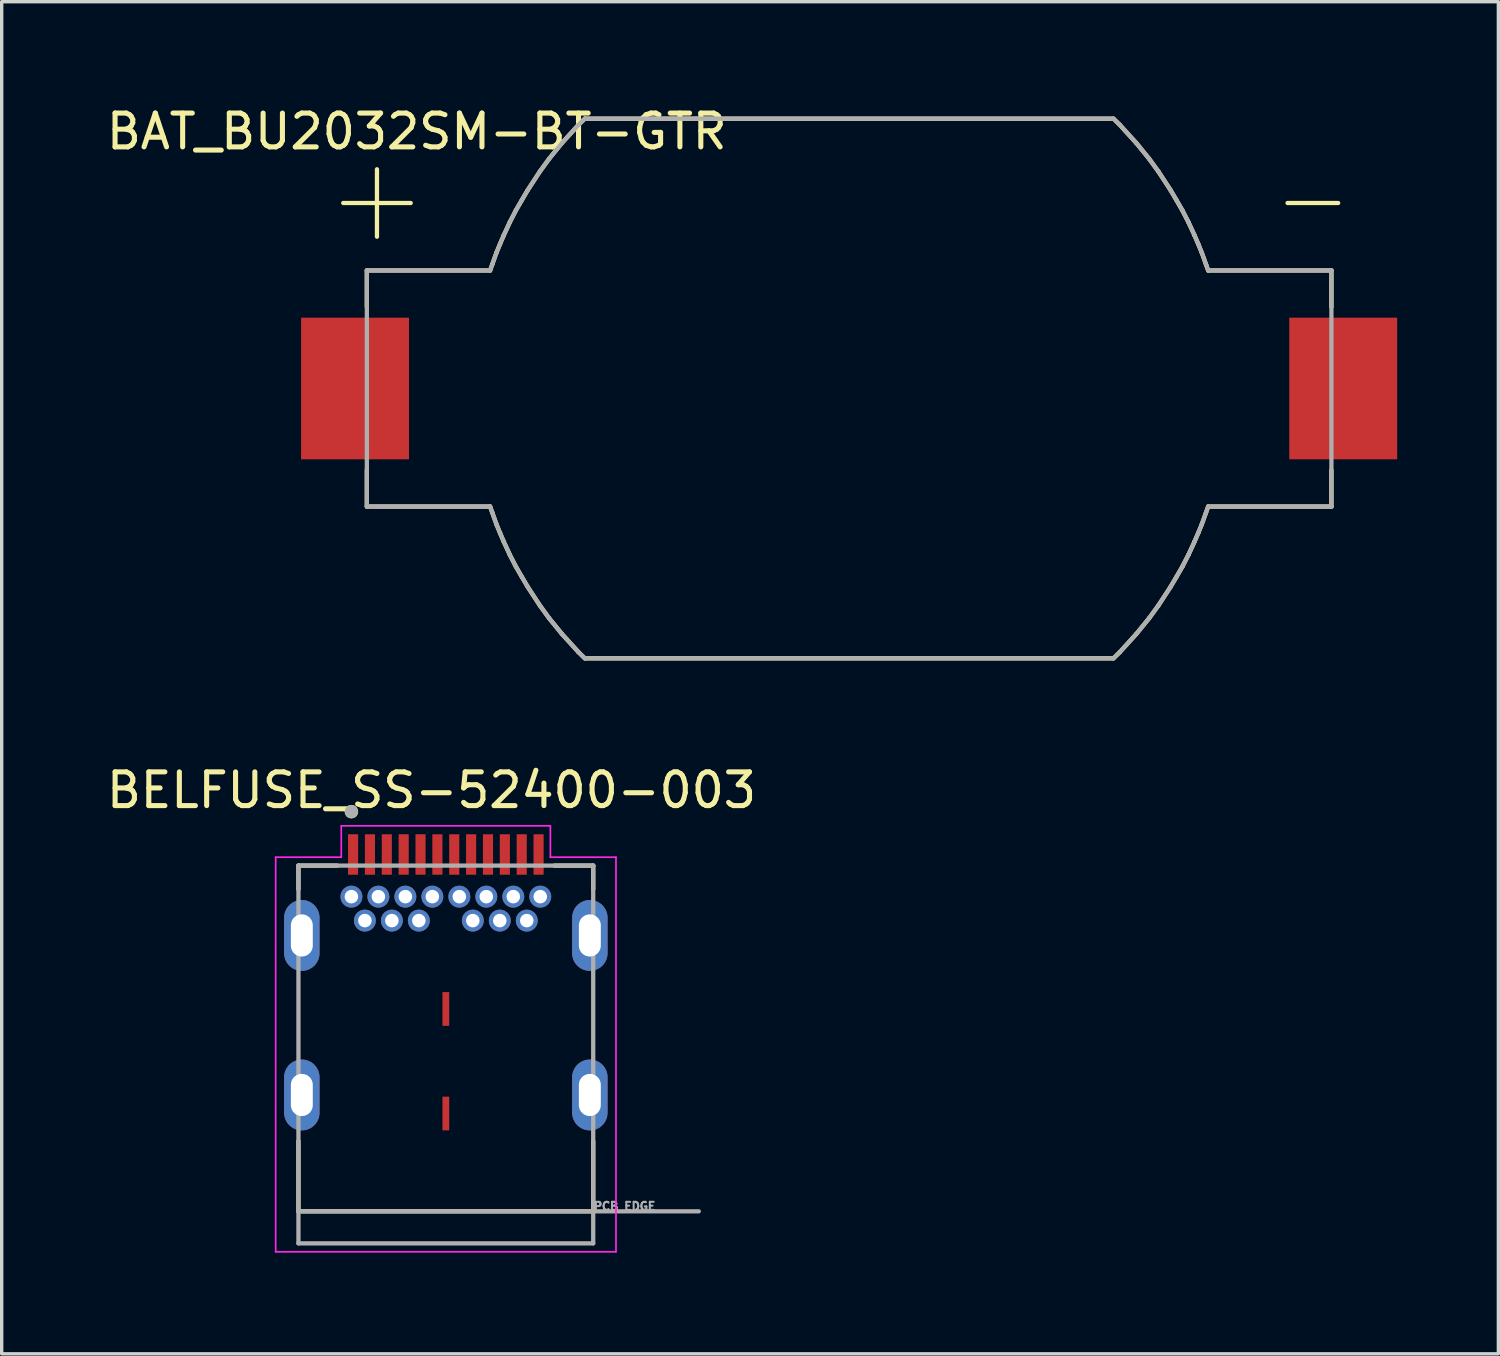
<source format=kicad_pcb>
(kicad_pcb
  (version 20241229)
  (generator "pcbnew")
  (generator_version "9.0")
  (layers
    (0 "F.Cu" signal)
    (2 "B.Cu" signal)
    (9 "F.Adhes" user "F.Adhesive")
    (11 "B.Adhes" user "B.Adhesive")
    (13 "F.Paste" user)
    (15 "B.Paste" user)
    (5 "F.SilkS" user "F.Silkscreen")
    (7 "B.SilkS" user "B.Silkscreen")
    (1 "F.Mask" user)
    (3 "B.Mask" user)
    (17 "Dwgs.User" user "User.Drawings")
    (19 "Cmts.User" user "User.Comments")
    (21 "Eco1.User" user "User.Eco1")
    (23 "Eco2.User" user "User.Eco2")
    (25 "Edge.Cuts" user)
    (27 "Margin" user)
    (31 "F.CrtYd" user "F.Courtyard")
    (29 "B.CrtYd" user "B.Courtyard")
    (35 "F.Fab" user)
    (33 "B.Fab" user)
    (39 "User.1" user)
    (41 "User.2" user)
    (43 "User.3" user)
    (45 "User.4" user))
  (footprint "BAT_BU2032SM-BT-GTR"
    (layer "F.Cu")
    (at 22.127 8.469)
    (property "Reference" "BAT_BU2032SM-BT-GTR" (at -12.819 -7.62 0) (layer "F.SilkS") (effects (font (size 1.002 1.002) (thickness 0.15))))
    (attr smd)
    (fp_line (start -15 -5.5) (end -13 -5.5) (stroke (width 0.127) (type solid)) (layer "F.SilkS"))
    (fp_line (start -14.3 -3.5) (end -10.645 -3.5) (stroke (width 0.127) (type solid)) (layer "F.SilkS"))
    (fp_line (start -14.3 -2.42) (end -14.3 -3.5) (stroke (width 0.127) (type solid)) (layer "F.SilkS"))
    (fp_line (start -14.3 2.42) (end -14.3 3.5) (stroke (width 0.127) (type solid)) (layer "F.SilkS"))
    (fp_line (start -14.3 3.5) (end -10.645 3.5) (stroke (width 0.127) (type solid)) (layer "F.SilkS"))
    (fp_line (start -14 -6.5) (end -14 -4.5) (stroke (width 0.127) (type solid)) (layer "F.SilkS"))
    (fp_line (start -10.645 -3.5) (end -10.581 -3.681) (stroke (width 0.127) (type solid)) (layer "F.SilkS"))
    (fp_line (start -10.645 3.5) (end -10.581 3.681) (stroke (width 0.127) (type solid)) (layer "F.SilkS"))
    (fp_line (start -10.581 -3.681) (end -10.458 -4.024) (stroke (width 0.127) (type solid)) (layer "F.SilkS"))
    (fp_line (start -10.581 3.681) (end -10.458 4.024) (stroke (width 0.127) (type solid)) (layer "F.SilkS"))
    (fp_line (start -10.458 -4.024) (end -10.35 -4.287) (stroke (width 0.127) (type solid)) (layer "F.SilkS"))
    (fp_line (start -10.458 4.024) (end -10.35 4.287) (stroke (width 0.127) (type solid)) (layer "F.SilkS"))
    (fp_line (start -10.35 -4.287) (end -10.242 -4.538) (stroke (width 0.127) (type solid)) (layer "F.SilkS"))
    (fp_line (start -10.35 4.287) (end -10.242 4.538) (stroke (width 0.127) (type solid)) (layer "F.SilkS"))
    (fp_line (start -10.242 -4.538) (end -10.058 -4.937) (stroke (width 0.127) (type solid)) (layer "F.SilkS"))
    (fp_line (start -10.242 4.538) (end -10.058 4.937) (stroke (width 0.127) (type solid)) (layer "F.SilkS"))
    (fp_line (start -10.058 -4.937) (end -9.88 -5.282) (stroke (width 0.127) (type solid)) (layer "F.SilkS"))
    (fp_line (start -10.058 4.937) (end -9.88 5.282) (stroke (width 0.127) (type solid)) (layer "F.SilkS"))
    (fp_line (start -9.88 -5.282) (end -9.7 -5.594) (stroke (width 0.127) (type solid)) (layer "F.SilkS"))
    (fp_line (start -9.88 5.282) (end -9.7 5.594) (stroke (width 0.127) (type solid)) (layer "F.SilkS"))
    (fp_line (start -9.7 -5.594) (end -9.524 -5.892) (stroke (width 0.127) (type solid)) (layer "F.SilkS"))
    (fp_line (start -9.7 5.594) (end -9.524 5.892) (stroke (width 0.127) (type solid)) (layer "F.SilkS"))
    (fp_line (start -9.524 -5.892) (end -9.168 -6.436) (stroke (width 0.127) (type solid)) (layer "F.SilkS"))
    (fp_line (start -9.524 5.892) (end -9.168 6.436) (stroke (width 0.127) (type solid)) (layer "F.SilkS"))
    (fp_line (start -9.168 -6.436) (end -8.897 -6.809) (stroke (width 0.127) (type solid)) (layer "F.SilkS"))
    (fp_line (start -9.168 6.436) (end -8.897 6.809) (stroke (width 0.127) (type solid)) (layer "F.SilkS"))
    (fp_line (start -8.897 -6.809) (end -8.516 -7.277) (stroke (width 0.127) (type solid)) (layer "F.SilkS"))
    (fp_line (start -8.897 6.809) (end -8.516 7.277) (stroke (width 0.127) (type solid)) (layer "F.SilkS"))
    (fp_line (start -8.516 -7.277) (end -8.022 -7.82) (stroke (width 0.127) (type solid)) (layer "F.SilkS"))
    (fp_line (start -8.516 7.277) (end -8.022 7.82) (stroke (width 0.127) (type solid)) (layer "F.SilkS"))
    (fp_line (start -8.022 -7.82) (end -7.838 -8) (stroke (width 0.127) (type solid)) (layer "F.SilkS"))
    (fp_line (start -8.022 7.82) (end -7.838 8) (stroke (width 0.127) (type solid)) (layer "F.SilkS"))
    (fp_line (start -7.835 -8) (end 7.835 -8) (stroke (width 0.127) (type solid)) (layer "F.SilkS"))
    (fp_line (start -7.835 8) (end 7.835 8) (stroke (width 0.127) (type solid)) (layer "F.SilkS"))
    (fp_line (start 8.022 -7.82) (end 7.838 -8) (stroke (width 0.127) (type solid)) (layer "F.SilkS"))
    (fp_line (start 8.022 7.82) (end 7.838 8) (stroke (width 0.127) (type solid)) (layer "F.SilkS"))
    (fp_line (start 8.516 -7.277) (end 8.022 -7.82) (stroke (width 0.127) (type solid)) (layer "F.SilkS"))
    (fp_line (start 8.516 7.277) (end 8.022 7.82) (stroke (width 0.127) (type solid)) (layer "F.SilkS"))
    (fp_line (start 8.897 -6.809) (end 8.516 -7.277) (stroke (width 0.127) (type solid)) (layer "F.SilkS"))
    (fp_line (start 8.897 6.809) (end 8.516 7.277) (stroke (width 0.127) (type solid)) (layer "F.SilkS"))
    (fp_line (start 9.168 -6.436) (end 8.897 -6.809) (stroke (width 0.127) (type solid)) (layer "F.SilkS"))
    (fp_line (start 9.168 6.436) (end 8.897 6.809) (stroke (width 0.127) (type solid)) (layer "F.SilkS"))
    (fp_line (start 9.524 -5.892) (end 9.168 -6.436) (stroke (width 0.127) (type solid)) (layer "F.SilkS"))
    (fp_line (start 9.524 5.892) (end 9.168 6.436) (stroke (width 0.127) (type solid)) (layer "F.SilkS"))
    (fp_line (start 9.7 -5.594) (end 9.524 -5.892) (stroke (width 0.127) (type solid)) (layer "F.SilkS"))
    (fp_line (start 9.7 5.594) (end 9.524 5.892) (stroke (width 0.127) (type solid)) (layer "F.SilkS"))
    (fp_line (start 9.88 -5.282) (end 9.7 -5.594) (stroke (width 0.127) (type solid)) (layer "F.SilkS"))
    (fp_line (start 9.88 5.282) (end 9.7 5.594) (stroke (width 0.127) (type solid)) (layer "F.SilkS"))
    (fp_line (start 10.058 -4.937) (end 9.88 -5.282) (stroke (width 0.127) (type solid)) (layer "F.SilkS"))
    (fp_line (start 10.058 4.937) (end 9.88 5.282) (stroke (width 0.127) (type solid)) (layer "F.SilkS"))
    (fp_line (start 10.242 -4.538) (end 10.058 -4.937) (stroke (width 0.127) (type solid)) (layer "F.SilkS"))
    (fp_line (start 10.242 4.538) (end 10.058 4.937) (stroke (width 0.127) (type solid)) (layer "F.SilkS"))
    (fp_line (start 10.35 -4.287) (end 10.242 -4.538) (stroke (width 0.127) (type solid)) (layer "F.SilkS"))
    (fp_line (start 10.35 4.287) (end 10.242 4.538) (stroke (width 0.127) (type solid)) (layer "F.SilkS"))
    (fp_line (start 10.458 -4.024) (end 10.35 -4.287) (stroke (width 0.127) (type solid)) (layer "F.SilkS"))
    (fp_line (start 10.458 4.024) (end 10.35 4.287) (stroke (width 0.127) (type solid)) (layer "F.SilkS"))
    (fp_line (start 10.581 -3.681) (end 10.458 -4.024) (stroke (width 0.127) (type solid)) (layer "F.SilkS"))
    (fp_line (start 10.581 3.681) (end 10.458 4.024) (stroke (width 0.127) (type solid)) (layer "F.SilkS"))
    (fp_line (start 10.645 -3.5) (end 10.581 -3.681) (stroke (width 0.127) (type solid)) (layer "F.SilkS"))
    (fp_line (start 10.645 3.5) (end 10.581 3.681) (stroke (width 0.127) (type solid)) (layer "F.SilkS"))
    (fp_line (start 13 -5.5) (end 14.5 -5.5) (stroke (width 0.127) (type solid)) (layer "F.SilkS"))
    (fp_line (start 14.3 -3.5) (end 10.645 -3.5) (stroke (width 0.127) (type solid)) (layer "F.SilkS"))
    (fp_line (start 14.3 -2.42) (end 14.3 -3.5) (stroke (width 0.127) (type solid)) (layer "F.SilkS"))
    (fp_line (start 14.3 2.42) (end 14.3 3.5) (stroke (width 0.127) (type solid)) (layer "F.SilkS"))
    (fp_line (start 14.3 3.5) (end 10.645 3.5) (stroke (width 0.127) (type solid)) (layer "F.SilkS"))
    (fp_line (start -14.3 -3.5) (end -10.645 -3.5) (stroke (width 0.127) (type solid)) (layer "F.Fab"))
    (fp_line (start -14.3 3.5) (end -14.3 -3.5) (stroke (width 0.127) (type solid)) (layer "F.Fab"))
    (fp_line (start -14.3 3.5) (end -10.645 3.5) (stroke (width 0.127) (type solid)) (layer "F.Fab"))
    (fp_line (start -10.645 -3.5) (end -10.581 -3.681) (stroke (width 0.127) (type solid)) (layer "F.Fab"))
    (fp_line (start -10.645 3.5) (end -10.581 3.681) (stroke (width 0.127) (type solid)) (layer "F.Fab"))
    (fp_line (start -10.581 -3.681) (end -10.458 -4.024) (stroke (width 0.127) (type solid)) (layer "F.Fab"))
    (fp_line (start -10.581 3.681) (end -10.458 4.024) (stroke (width 0.127) (type solid)) (layer "F.Fab"))
    (fp_line (start -10.458 -4.024) (end -10.35 -4.287) (stroke (width 0.127) (type solid)) (layer "F.Fab"))
    (fp_line (start -10.458 4.024) (end -10.35 4.287) (stroke (width 0.127) (type solid)) (layer "F.Fab"))
    (fp_line (start -10.35 -4.287) (end -10.242 -4.538) (stroke (width 0.127) (type solid)) (layer "F.Fab"))
    (fp_line (start -10.35 4.287) (end -10.242 4.538) (stroke (width 0.127) (type solid)) (layer "F.Fab"))
    (fp_line (start -10.242 -4.538) (end -10.058 -4.937) (stroke (width 0.127) (type solid)) (layer "F.Fab"))
    (fp_line (start -10.242 4.538) (end -10.058 4.937) (stroke (width 0.127) (type solid)) (layer "F.Fab"))
    (fp_line (start -10.058 -4.937) (end -9.88 -5.282) (stroke (width 0.127) (type solid)) (layer "F.Fab"))
    (fp_line (start -10.058 4.937) (end -9.88 5.282) (stroke (width 0.127) (type solid)) (layer "F.Fab"))
    (fp_line (start -9.88 -5.282) (end -9.7 -5.594) (stroke (width 0.127) (type solid)) (layer "F.Fab"))
    (fp_line (start -9.88 5.282) (end -9.7 5.594) (stroke (width 0.127) (type solid)) (layer "F.Fab"))
    (fp_line (start -9.7 -5.594) (end -9.524 -5.892) (stroke (width 0.127) (type solid)) (layer "F.Fab"))
    (fp_line (start -9.7 5.594) (end -9.524 5.892) (stroke (width 0.127) (type solid)) (layer "F.Fab"))
    (fp_line (start -9.524 -5.892) (end -9.168 -6.436) (stroke (width 0.127) (type solid)) (layer "F.Fab"))
    (fp_line (start -9.524 5.892) (end -9.168 6.436) (stroke (width 0.127) (type solid)) (layer "F.Fab"))
    (fp_line (start -9.168 -6.436) (end -8.897 -6.809) (stroke (width 0.127) (type solid)) (layer "F.Fab"))
    (fp_line (start -9.168 6.436) (end -8.897 6.809) (stroke (width 0.127) (type solid)) (layer "F.Fab"))
    (fp_line (start -8.897 -6.809) (end -8.516 -7.277) (stroke (width 0.127) (type solid)) (layer "F.Fab"))
    (fp_line (start -8.897 6.809) (end -8.516 7.277) (stroke (width 0.127) (type solid)) (layer "F.Fab"))
    (fp_line (start -8.516 -7.277) (end -8.022 -7.82) (stroke (width 0.127) (type solid)) (layer "F.Fab"))
    (fp_line (start -8.516 7.277) (end -8.022 7.82) (stroke (width 0.127) (type solid)) (layer "F.Fab"))
    (fp_line (start -8.022 -7.82) (end -7.838 -8) (stroke (width 0.127) (type solid)) (layer "F.Fab"))
    (fp_line (start -8.022 7.82) (end -7.838 8) (stroke (width 0.127) (type solid)) (layer "F.Fab"))
    (fp_line (start -7.835 -8) (end 7.835 -8) (stroke (width 0.127) (type solid)) (layer "F.Fab"))
    (fp_line (start -7.835 8) (end 7.835 8) (stroke (width 0.127) (type solid)) (layer "F.Fab"))
    (fp_line (start 8.022 -7.82) (end 7.838 -8) (stroke (width 0.127) (type solid)) (layer "F.Fab"))
    (fp_line (start 8.022 7.82) (end 7.838 8) (stroke (width 0.127) (type solid)) (layer "F.Fab"))
    (fp_line (start 8.516 -7.277) (end 8.022 -7.82) (stroke (width 0.127) (type solid)) (layer "F.Fab"))
    (fp_line (start 8.516 7.277) (end 8.022 7.82) (stroke (width 0.127) (type solid)) (layer "F.Fab"))
    (fp_line (start 8.897 -6.809) (end 8.516 -7.277) (stroke (width 0.127) (type solid)) (layer "F.Fab"))
    (fp_line (start 8.897 6.809) (end 8.516 7.277) (stroke (width 0.127) (type solid)) (layer "F.Fab"))
    (fp_line (start 9.168 -6.436) (end 8.897 -6.809) (stroke (width 0.127) (type solid)) (layer "F.Fab"))
    (fp_line (start 9.168 6.436) (end 8.897 6.809) (stroke (width 0.127) (type solid)) (layer "F.Fab"))
    (fp_line (start 9.524 -5.892) (end 9.168 -6.436) (stroke (width 0.127) (type solid)) (layer "F.Fab"))
    (fp_line (start 9.524 5.892) (end 9.168 6.436) (stroke (width 0.127) (type solid)) (layer "F.Fab"))
    (fp_line (start 9.7 -5.594) (end 9.524 -5.892) (stroke (width 0.127) (type solid)) (layer "F.Fab"))
    (fp_line (start 9.7 5.594) (end 9.524 5.892) (stroke (width 0.127) (type solid)) (layer "F.Fab"))
    (fp_line (start 9.88 -5.282) (end 9.7 -5.594) (stroke (width 0.127) (type solid)) (layer "F.Fab"))
    (fp_line (start 9.88 5.282) (end 9.7 5.594) (stroke (width 0.127) (type solid)) (layer "F.Fab"))
    (fp_line (start 10.058 -4.937) (end 9.88 -5.282) (stroke (width 0.127) (type solid)) (layer "F.Fab"))
    (fp_line (start 10.058 4.937) (end 9.88 5.282) (stroke (width 0.127) (type solid)) (layer "F.Fab"))
    (fp_line (start 10.242 -4.538) (end 10.058 -4.937) (stroke (width 0.127) (type solid)) (layer "F.Fab"))
    (fp_line (start 10.242 4.538) (end 10.058 4.937) (stroke (width 0.127) (type solid)) (layer "F.Fab"))
    (fp_line (start 10.35 -4.287) (end 10.242 -4.538) (stroke (width 0.127) (type solid)) (layer "F.Fab"))
    (fp_line (start 10.35 4.287) (end 10.242 4.538) (stroke (width 0.127) (type solid)) (layer "F.Fab"))
    (fp_line (start 10.458 -4.024) (end 10.35 -4.287) (stroke (width 0.127) (type solid)) (layer "F.Fab"))
    (fp_line (start 10.458 4.024) (end 10.35 4.287) (stroke (width 0.127) (type solid)) (layer "F.Fab"))
    (fp_line (start 10.581 -3.681) (end 10.458 -4.024) (stroke (width 0.127) (type solid)) (layer "F.Fab"))
    (fp_line (start 10.581 3.681) (end 10.458 4.024) (stroke (width 0.127) (type solid)) (layer "F.Fab"))
    (fp_line (start 10.645 -3.5) (end 10.581 -3.681) (stroke (width 0.127) (type solid)) (layer "F.Fab"))
    (fp_line (start 10.645 3.5) (end 10.581 3.681) (stroke (width 0.127) (type solid)) (layer "F.Fab"))
    (fp_line (start 14.3 -3.5) (end 10.645 -3.5) (stroke (width 0.127) (type solid)) (layer "F.Fab"))
    (fp_line (start 14.3 3.5) (end 10.645 3.5) (stroke (width 0.127) (type solid)) (layer "F.Fab"))
    (fp_line (start 14.3 3.5) (end 14.3 -3.5) (stroke (width 0.127) (type solid)) (layer "F.Fab"))
    (pad "1" smd rect (at -14.65 0) (size 3.2 4.2) (layers "F.Cu" "F.Mask" "F.Paste"))
    (pad "2" smd rect (at 14.65 0) (size 3.2 4.2) (layers "F.Cu" "F.Mask" "F.Paste")))
  (footprint "BELFUSE_SS-52400-003"
    (layer "F.Cu")
    (at 10.169 29.416)
    (property "Reference" "BELFUSE_SS-52400-003" (at -0.425 -9.035 0) (layer "F.SilkS") (effects (font (size 1 1) (thickness 0.15))))
    (attr through_hole)
    (fp_line (start -4.37 -6.8) (end -4.37 -6.1) (stroke (width 0.127) (type solid)) (layer "F.SilkS"))
    (fp_line (start -4.37 1.37) (end -4.37 3.45) (stroke (width 0.127) (type solid)) (layer "F.SilkS"))
    (fp_line (start -4.37 3.45) (end 4.37 3.45) (stroke (width 0.127) (type solid)) (layer "F.SilkS"))
    (fp_line (start -3.22 -6.8) (end -4.37 -6.8) (stroke (width 0.127) (type solid)) (layer "F.SilkS"))
    (fp_line (start 3.22 -6.8) (end 4.37 -6.8) (stroke (width 0.127) (type solid)) (layer "F.SilkS"))
    (fp_line (start 4.37 -6.8) (end 4.37 -6.1) (stroke (width 0.127) (type solid)) (layer "F.SilkS"))
    (fp_line (start 4.37 3.45) (end 4.37 1.37) (stroke (width 0.127) (type solid)) (layer "F.SilkS"))
    (fp_circle (center -2.8 -8.4) (end -2.7 -8.4) (stroke (width 0.2) (type solid)) (fill no) (layer "F.SilkS"))
    (fp_line (start -5.045 -7.05) (end -5.045 4.65) (stroke (width 0.05) (type solid)) (layer "F.CrtYd"))
    (fp_line (start -5.045 4.65) (end 5.045 4.65) (stroke (width 0.05) (type solid)) (layer "F.CrtYd"))
    (fp_line (start -3.1 -7.98) (end -3.1 -7.05) (stroke (width 0.05) (type solid)) (layer "F.CrtYd"))
    (fp_line (start -3.1 -7.05) (end -5.045 -7.05) (stroke (width 0.05) (type solid)) (layer "F.CrtYd"))
    (fp_line (start 3.1 -7.98) (end -3.1 -7.98) (stroke (width 0.05) (type solid)) (layer "F.CrtYd"))
    (fp_line (start 3.1 -7.05) (end 3.1 -7.98) (stroke (width 0.05) (type solid)) (layer "F.CrtYd"))
    (fp_line (start 5.045 -7.05) (end 3.1 -7.05) (stroke (width 0.05) (type solid)) (layer "F.CrtYd"))
    (fp_line (start 5.045 4.65) (end 5.045 -7.05) (stroke (width 0.05) (type solid)) (layer "F.CrtYd"))
    (fp_line (start -4.37 -6.8) (end 4.37 -6.8) (stroke (width 0.127) (type solid)) (layer "F.Fab"))
    (fp_line (start -4.37 3.45) (end -4.37 -6.8) (stroke (width 0.127) (type solid)) (layer "F.Fab"))
    (fp_line (start -4.37 3.45) (end 7.5 3.45) (stroke (width 0.127) (type solid)) (layer "F.Fab"))
    (fp_line (start -4.37 4.4) (end -4.37 3.45) (stroke (width 0.127) (type solid)) (layer "F.Fab"))
    (fp_line (start 4.37 -6.8) (end 4.37 4.4) (stroke (width 0.127) (type solid)) (layer "F.Fab"))
    (fp_line (start 4.37 4.4) (end -4.37 4.4) (stroke (width 0.127) (type solid)) (layer "F.Fab"))
    (fp_circle (center -2.8 -8.4) (end -2.7 -8.4) (stroke (width 0.2) (type solid)) (fill no) (layer "F.Fab"))
    (fp_text user "PCB EDGE" (at 5.3 3.3 0) (layer "F.Fab") (effects (font (size 0.24 0.24) (thickness 0.06))))
    (pad "A1" smd rect (at -2.75 -7.13) (size 0.3 1.2) (layers "F.Cu" "F.Mask" "F.Paste"))
    (pad "A2" smd rect (at -2.25 -7.13) (size 0.3 1.2) (layers "F.Cu" "F.Mask" "F.Paste"))
    (pad "A3" smd rect (at -1.75 -7.13) (size 0.3 1.2) (layers "F.Cu" "F.Mask" "F.Paste"))
    (pad "A4" smd rect (at -1.25 -7.13) (size 0.3 1.2) (layers "F.Cu" "F.Mask" "F.Paste"))
    (pad "A5" smd rect (at -0.75 -7.13) (size 0.3 1.2) (layers "F.Cu" "F.Mask" "F.Paste"))
    (pad "A6" smd rect (at -0.25 -7.13) (size 0.3 1.2) (layers "F.Cu" "F.Mask" "F.Paste"))
    (pad "A7" smd rect (at 0.25 -7.13) (size 0.3 1.2) (layers "F.Cu" "F.Mask" "F.Paste"))
    (pad "A8" smd rect (at 0.75 -7.13) (size 0.3 1.2) (layers "F.Cu" "F.Mask" "F.Paste"))
    (pad "A9" smd rect (at 1.25 -7.13) (size 0.3 1.2) (layers "F.Cu" "F.Mask" "F.Paste"))
    (pad "A10" smd rect (at 1.75 -7.13) (size 0.3 1.2) (layers "F.Cu" "F.Mask" "F.Paste"))
    (pad "A11" smd rect (at 2.25 -7.13) (size 0.3 1.2) (layers "F.Cu" "F.Mask" "F.Paste"))
    (pad "A12" smd rect (at 2.75 -7.13) (size 0.3 1.2) (layers "F.Cu" "F.Mask" "F.Paste"))
    (pad "B1" thru_hole circle (at 2.8 -5.88) (size 0.65 0.65) (drill 0.4) (layers "*.Cu" "*.Mask"))
    (pad "B2" thru_hole circle (at 2.4 -5.17) (size 0.65 0.65) (drill 0.4) (layers "*.Cu" "*.Mask"))
    (pad "B3" thru_hole circle (at 1.6 -5.17) (size 0.65 0.65) (drill 0.4) (layers "*.Cu" "*.Mask"))
    (pad "B4" thru_hole circle (at 1.2 -5.88) (size 0.65 0.65) (drill 0.4) (layers "*.Cu" "*.Mask"))
    (pad "B5" thru_hole circle (at 0.8 -5.17) (size 0.65 0.65) (drill 0.4) (layers "*.Cu" "*.Mask"))
    (pad "B6" thru_hole circle (at 0.4 -5.88) (size 0.65 0.65) (drill 0.4) (layers "*.Cu" "*.Mask"))
    (pad "B7" thru_hole circle (at -0.4 -5.88) (size 0.65 0.65) (drill 0.4) (layers "*.Cu" "*.Mask"))
    (pad "B8" thru_hole circle (at -0.8 -5.17) (size 0.65 0.65) (drill 0.4) (layers "*.Cu" "*.Mask"))
    (pad "B9" thru_hole circle (at -1.2 -5.88) (size 0.65 0.65) (drill 0.4) (layers "*.Cu" "*.Mask"))
    (pad "B10" thru_hole circle (at -1.6 -5.17) (size 0.65 0.65) (drill 0.4) (layers "*.Cu" "*.Mask"))
    (pad "B11" thru_hole circle (at -2.4 -5.17) (size 0.65 0.65) (drill 0.4) (layers "*.Cu" "*.Mask"))
    (pad "B12" thru_hole circle (at -2.8 -5.88) (size 0.65 0.65) (drill 0.4) (layers "*.Cu" "*.Mask"))
    (pad "G1" thru_hole circle (at 2 -5.88) (size 0.65 0.65) (drill 0.4) (layers "*.Cu" "*.Mask"))
    (pad "G2" thru_hole circle (at -2 -5.88) (size 0.65 0.65) (drill 0.4) (layers "*.Cu" "*.Mask"))
    (pad "G3" smd rect (at 0 -2.55) (size 0.2 1) (layers "F.Cu" "F.Mask" "F.Paste"))
    (pad "G4" smd rect (at 0 0.55) (size 0.2 1) (layers "F.Cu" "F.Mask" "F.Paste"))
    (pad "S1" thru_hole oval (at -4.27 -4.73) (size 1.05 2.1) (drill oval 0.65 1.25) (layers "*.Cu" "*.Mask"))
    (pad "S1" thru_hole oval (at -4.27 0) (size 1.05 2.1) (drill oval 0.65 1.25) (layers "*.Cu" "*.Mask"))
    (pad "S1" thru_hole oval (at 4.27 -4.73) (size 1.05 2.1) (drill oval 0.65 1.25) (layers "*.Cu" "*.Mask"))
    (pad "S1" thru_hole oval (at 4.27 0) (size 1.05 2.1) (drill oval 0.65 1.25) (layers "*.Cu" "*.Mask")))
  (gr_rect
    (start -3 -3)
    (end 41.377 37.091)
    (stroke (width 0.1) (type default))
    (fill no)
    (layer "Edge.Cuts")))
</source>
